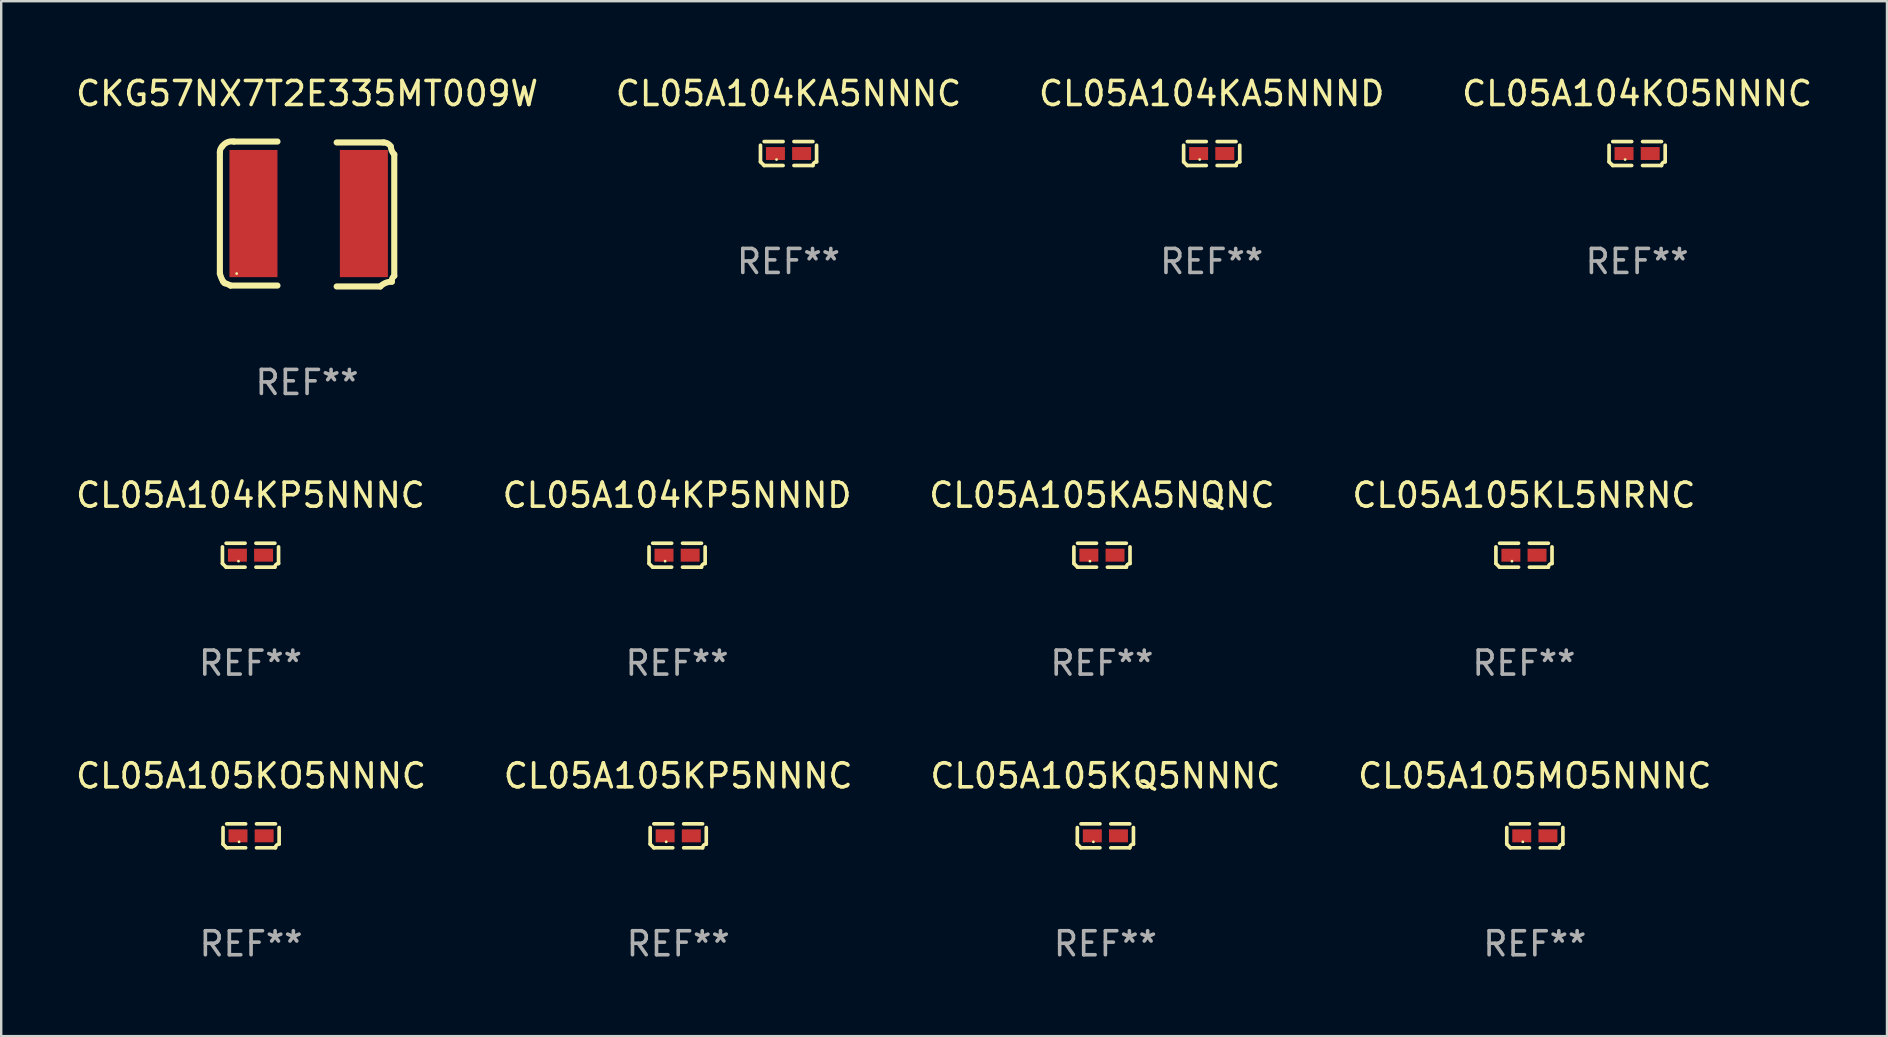
<source format=kicad_pcb>
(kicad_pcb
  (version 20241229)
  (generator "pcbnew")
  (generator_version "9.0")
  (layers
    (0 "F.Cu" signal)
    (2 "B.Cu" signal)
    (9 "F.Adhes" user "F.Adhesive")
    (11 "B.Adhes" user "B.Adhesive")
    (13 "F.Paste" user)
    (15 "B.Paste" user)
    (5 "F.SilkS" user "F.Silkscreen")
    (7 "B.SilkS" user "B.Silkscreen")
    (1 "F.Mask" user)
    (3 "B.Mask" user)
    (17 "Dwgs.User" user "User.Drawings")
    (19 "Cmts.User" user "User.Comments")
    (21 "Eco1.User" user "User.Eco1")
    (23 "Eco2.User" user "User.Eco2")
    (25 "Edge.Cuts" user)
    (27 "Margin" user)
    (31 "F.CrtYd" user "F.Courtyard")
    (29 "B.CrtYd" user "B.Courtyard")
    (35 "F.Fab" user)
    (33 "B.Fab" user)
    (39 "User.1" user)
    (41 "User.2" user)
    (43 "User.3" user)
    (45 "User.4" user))
  (footprint "CKG57NX7T2E335MT009W"
    (layer "F.Cu")
    (at 9.744 5.867)
    (property "Reference" "CKG57NX7T2E335MT009W" (at 0 -5.019 0) (layer "F.SilkS") (effects (font (size 1 1) (thickness 0.15))))
    (attr through_hole)
    (fp_line (start -3.633 -2.578) (end -3.633 2.481) (stroke (width 0.254) (type solid)) (layer "F.SilkS"))
    (fp_line (start -3.491 2.822) (end -3.433 2.881) (stroke (width 0.254) (type solid)) (layer "F.SilkS"))
    (fp_line (start -3.191 2.981) (end -1.233 2.981) (stroke (width 0.254) (type solid)) (layer "F.SilkS"))
    (fp_line (start -1.233 -3.019) (end -3.05 -3.019) (stroke (width 0.254) (type solid)) (layer "F.SilkS"))
    (fp_line (start 1.233 3.019) (end 3.05 3.019) (stroke (width 0.254) (type solid)) (layer "F.SilkS"))
    (fp_line (start 3.191 -2.981) (end 1.233 -2.981) (stroke (width 0.254) (type solid)) (layer "F.SilkS"))
    (fp_line (start 3.633 2.578) (end 3.633 -2.481) (stroke (width 0.254) (type solid)) (layer "F.SilkS"))
    (fp_arc (start -3.632842 -2.57775) (mid -3.606853 -2.708409) (end -3.532842 -2.819177) (stroke (width 0.254001) (type solid)) (layer "F.SilkS"))
    (fp_arc (start -3.532842 -2.819177) (mid -3.320312 -2.988943) (end -3.049987 -3.019177) (stroke (width 0.254001) (type solid)) (layer "F.SilkS"))
    (fp_arc (start -3.491414 2.82225) (mid -3.573857 2.656395) (end -3.632842 2.480823) (stroke (width 0.254001) (type solid)) (layer "F.SilkS"))
    (fp_arc (start -3.432842 2.880823) (mid -3.308693 2.922529) (end -3.191415 2.980823) (stroke (width 0.254001) (type solid)) (layer "F.SilkS"))
    (fp_arc (start 3.049987 3.019177) (mid 3.271523 2.871154) (end 3.532842 2.819177) (stroke (width 0.254001) (type solid)) (layer "F.SilkS"))
    (fp_arc (start 3.191415 -2.980823) (mid 3.322074 -2.954835) (end 3.432842 -2.880823) (stroke (width 0.254001) (type solid)) (layer "F.SilkS"))
    (fp_arc (start 3.532842 2.819177) (mid 3.547959 2.684014) (end 3.632842 2.577749) (stroke (width 0.254001) (type solid)) (layer "F.SilkS"))
    (fp_arc (start 3.632842 -2.480823) (mid 3.528172 -2.637471) (end 3.491415 -2.82225) (stroke (width 0.254001) (type solid)) (layer "F.SilkS"))
    (fp_circle (center -2.933 2.481) (end -2.903 2.481) (stroke (width 0.06) (type solid)) (fill no) (layer "F.SilkS"))
    (fp_text user "REF**" (at 0 7.019 0) (layer "F.Fab") (effects (font (size 1 1) (thickness 0.15))))
    (pad "1" smd rect (at -2.233 -0.019) (size 2 5.3) (layers "F.Cu" "F.Mask" "F.Paste"))
    (pad "2" smd rect (at 2.367 -0.019) (size 2 5.3) (layers "F.Cu" "F.Mask" "F.Paste")))
  (footprint "CL05A104KP5NNNC"
    (layer "F.Cu")
    (at 7.387 20.082)
    (property "Reference" "CL05A104KP5NNNC" (at 0 -2.499 0) (layer "F.SilkS") (effects (font (size 1 1) (thickness 0.15))))
    (attr through_hole)
    (fp_line (start -1.169 0.346) (end -1.169 -0.346) (stroke (width 0.152) (type solid)) (layer "F.SilkS"))
    (fp_line (start -1.016 -0.499) (end -0.226 -0.499) (stroke (width 0.152) (type solid)) (layer "F.SilkS"))
    (fp_line (start -0.226 0.499) (end -1.016 0.499) (stroke (width 0.152) (type solid)) (layer "F.SilkS"))
    (fp_line (start 0.226 0.499) (end 1.016 0.499) (stroke (width 0.152) (type solid)) (layer "F.SilkS"))
    (fp_line (start 1.016 -0.499) (end 0.226 -0.499) (stroke (width 0.152) (type solid)) (layer "F.SilkS"))
    (fp_line (start 1.169 0.346) (end 1.169 -0.346) (stroke (width 0.152) (type solid)) (layer "F.SilkS"))
    (fp_arc (start -1.016307 0.498603) (mid -1.092512 0.422405) (end -1.16871 0.3462) (stroke (width 0.1524) (type solid)) (layer "F.SilkS"))
    (fp_arc (start 1.016307 0.498603) (mid 1.060899 0.390758) (end 1.168707 0.346076) (stroke (width 0.1524) (type solid)) (layer "F.SilkS"))
    (fp_circle (center -0.5 0.25) (end -0.47 0.25) (stroke (width 0.06) (type solid)) (fill no) (layer "F.SilkS"))
    (fp_text user "REF**" (at 0 4.499 0) (layer "F.Fab") (effects (font (size 1 1) (thickness 0.15))))
    (pad "1" smd rect (at -0.545 0) (size 0.79 0.54) (layers "F.Cu" "F.Mask" "F.Paste"))
    (pad "2" smd rect (at 0.545 0) (size 0.79 0.54) (layers "F.Cu" "F.Mask" "F.Paste")))
  (footprint "CL05A105KL5NRNC"
    (layer "F.Cu")
    (at 60.446 20.082)
    (property "Reference" "CL05A105KL5NRNC" (at 0 -2.499 0) (layer "F.SilkS") (effects (font (size 1 1) (thickness 0.15))))
    (attr through_hole)
    (fp_line (start -1.169 0.346) (end -1.169 -0.346) (stroke (width 0.152) (type solid)) (layer "F.SilkS"))
    (fp_line (start -1.016 -0.499) (end -0.226 -0.499) (stroke (width 0.152) (type solid)) (layer "F.SilkS"))
    (fp_line (start -0.226 0.499) (end -1.016 0.499) (stroke (width 0.152) (type solid)) (layer "F.SilkS"))
    (fp_line (start 0.226 0.499) (end 1.016 0.499) (stroke (width 0.152) (type solid)) (layer "F.SilkS"))
    (fp_line (start 1.016 -0.499) (end 0.226 -0.499) (stroke (width 0.152) (type solid)) (layer "F.SilkS"))
    (fp_line (start 1.169 0.346) (end 1.169 -0.346) (stroke (width 0.152) (type solid)) (layer "F.SilkS"))
    (fp_arc (start -1.016307 0.498603) (mid -1.092512 0.422405) (end -1.16871 0.3462) (stroke (width 0.1524) (type solid)) (layer "F.SilkS"))
    (fp_arc (start 1.016307 0.498603) (mid 1.060899 0.390758) (end 1.168707 0.346076) (stroke (width 0.1524) (type solid)) (layer "F.SilkS"))
    (fp_circle (center -0.5 0.25) (end -0.47 0.25) (stroke (width 0.06) (type solid)) (fill no) (layer "F.SilkS"))
    (fp_text user "REF**" (at 0 4.499 0) (layer "F.Fab") (effects (font (size 1 1) (thickness 0.15))))
    (pad "1" smd rect (at -0.545 0) (size 0.79 0.54) (layers "F.Cu" "F.Mask" "F.Paste"))
    (pad "2" smd rect (at 0.545 0) (size 0.79 0.54) (layers "F.Cu" "F.Mask" "F.Paste")))
  (footprint "CL05A104KP5NNND"
    (layer "F.Cu")
    (at 25.161 20.082)
    (property "Reference" "CL05A104KP5NNND" (at 0 -2.499 0) (layer "F.SilkS") (effects (font (size 1 1) (thickness 0.15))))
    (attr through_hole)
    (fp_line (start -1.169 0.346) (end -1.169 -0.346) (stroke (width 0.152) (type solid)) (layer "F.SilkS"))
    (fp_line (start -1.016 -0.499) (end -0.226 -0.499) (stroke (width 0.152) (type solid)) (layer "F.SilkS"))
    (fp_line (start -0.226 0.499) (end -1.016 0.499) (stroke (width 0.152) (type solid)) (layer "F.SilkS"))
    (fp_line (start 0.226 0.499) (end 1.016 0.499) (stroke (width 0.152) (type solid)) (layer "F.SilkS"))
    (fp_line (start 1.016 -0.499) (end 0.226 -0.499) (stroke (width 0.152) (type solid)) (layer "F.SilkS"))
    (fp_line (start 1.169 0.346) (end 1.169 -0.346) (stroke (width 0.152) (type solid)) (layer "F.SilkS"))
    (fp_arc (start -1.016307 0.498603) (mid -1.092512 0.422405) (end -1.16871 0.3462) (stroke (width 0.1524) (type solid)) (layer "F.SilkS"))
    (fp_arc (start 1.016307 0.498603) (mid 1.060899 0.390758) (end 1.168707 0.346076) (stroke (width 0.1524) (type solid)) (layer "F.SilkS"))
    (fp_circle (center -0.5 0.25) (end -0.47 0.25) (stroke (width 0.06) (type solid)) (fill no) (layer "F.SilkS"))
    (fp_text user "REF**" (at 0 4.499 0) (layer "F.Fab") (effects (font (size 1 1) (thickness 0.15))))
    (pad "1" smd rect (at -0.545 0) (size 0.79 0.54) (layers "F.Cu" "F.Mask" "F.Paste"))
    (pad "2" smd rect (at 0.545 0) (size 0.79 0.54) (layers "F.Cu" "F.Mask" "F.Paste")))
  (footprint "CL05A104KA5NNND"
    (layer "F.Cu")
    (at 47.435 3.347)
    (property "Reference" "CL05A104KA5NNND" (at 0 -2.499 0) (layer "F.SilkS") (effects (font (size 1 1) (thickness 0.15))))
    (attr through_hole)
    (fp_line (start -1.169 0.346) (end -1.169 -0.346) (stroke (width 0.152) (type solid)) (layer "F.SilkS"))
    (fp_line (start -1.016 -0.499) (end -0.226 -0.499) (stroke (width 0.152) (type solid)) (layer "F.SilkS"))
    (fp_line (start -0.226 0.499) (end -1.016 0.499) (stroke (width 0.152) (type solid)) (layer "F.SilkS"))
    (fp_line (start 0.226 0.499) (end 1.016 0.499) (stroke (width 0.152) (type solid)) (layer "F.SilkS"))
    (fp_line (start 1.016 -0.499) (end 0.226 -0.499) (stroke (width 0.152) (type solid)) (layer "F.SilkS"))
    (fp_line (start 1.169 0.346) (end 1.169 -0.346) (stroke (width 0.152) (type solid)) (layer "F.SilkS"))
    (fp_arc (start -1.016307 0.498603) (mid -1.092512 0.422405) (end -1.16871 0.3462) (stroke (width 0.1524) (type solid)) (layer "F.SilkS"))
    (fp_arc (start 1.016307 0.498603) (mid 1.060899 0.390758) (end 1.168707 0.346076) (stroke (width 0.1524) (type solid)) (layer "F.SilkS"))
    (fp_circle (center -0.5 0.25) (end -0.47 0.25) (stroke (width 0.06) (type solid)) (fill no) (layer "F.SilkS"))
    (fp_text user "REF**" (at 0 4.499 0) (layer "F.Fab") (effects (font (size 1 1) (thickness 0.15))))
    (pad "1" smd rect (at -0.545 0) (size 0.79 0.54) (layers "F.Cu" "F.Mask" "F.Paste"))
    (pad "2" smd rect (at 0.545 0) (size 0.79 0.54) (layers "F.Cu" "F.Mask" "F.Paste")))
  (footprint "CL05A105KP5NNNC"
    (layer "F.Cu")
    (at 25.208 31.775)
    (property "Reference" "CL05A105KP5NNNC" (at 0 -2.499 0) (layer "F.SilkS") (effects (font (size 1 1) (thickness 0.15))))
    (attr through_hole)
    (fp_line (start -1.169 0.346) (end -1.169 -0.346) (stroke (width 0.152) (type solid)) (layer "F.SilkS"))
    (fp_line (start -1.016 -0.499) (end -0.226 -0.499) (stroke (width 0.152) (type solid)) (layer "F.SilkS"))
    (fp_line (start -0.226 0.499) (end -1.016 0.499) (stroke (width 0.152) (type solid)) (layer "F.SilkS"))
    (fp_line (start 0.226 0.499) (end 1.016 0.499) (stroke (width 0.152) (type solid)) (layer "F.SilkS"))
    (fp_line (start 1.016 -0.499) (end 0.226 -0.499) (stroke (width 0.152) (type solid)) (layer "F.SilkS"))
    (fp_line (start 1.169 0.346) (end 1.169 -0.346) (stroke (width 0.152) (type solid)) (layer "F.SilkS"))
    (fp_arc (start -1.016307 0.498603) (mid -1.092512 0.422405) (end -1.16871 0.3462) (stroke (width 0.1524) (type solid)) (layer "F.SilkS"))
    (fp_arc (start 1.016307 0.498603) (mid 1.060899 0.390758) (end 1.168707 0.346076) (stroke (width 0.1524) (type solid)) (layer "F.SilkS"))
    (fp_circle (center -0.5 0.25) (end -0.47 0.25) (stroke (width 0.06) (type solid)) (fill no) (layer "F.SilkS"))
    (fp_text user "REF**" (at 0 4.499 0) (layer "F.Fab") (effects (font (size 1 1) (thickness 0.15))))
    (pad "1" smd rect (at -0.545 0) (size 0.79 0.54) (layers "F.Cu" "F.Mask" "F.Paste"))
    (pad "2" smd rect (at 0.545 0) (size 0.79 0.54) (layers "F.Cu" "F.Mask" "F.Paste")))
  (footprint "CL05A105MO5NNNC"
    (layer "F.Cu")
    (at 60.899 31.775)
    (property "Reference" "CL05A105MO5NNNC" (at 0 -2.499 0) (layer "F.SilkS") (effects (font (size 1 1) (thickness 0.15))))
    (attr through_hole)
    (fp_line (start -1.169 0.346) (end -1.169 -0.346) (stroke (width 0.152) (type solid)) (layer "F.SilkS"))
    (fp_line (start -1.016 -0.499) (end -0.226 -0.499) (stroke (width 0.152) (type solid)) (layer "F.SilkS"))
    (fp_line (start -0.226 0.499) (end -1.016 0.499) (stroke (width 0.152) (type solid)) (layer "F.SilkS"))
    (fp_line (start 0.226 0.499) (end 1.016 0.499) (stroke (width 0.152) (type solid)) (layer "F.SilkS"))
    (fp_line (start 1.016 -0.499) (end 0.226 -0.499) (stroke (width 0.152) (type solid)) (layer "F.SilkS"))
    (fp_line (start 1.169 0.346) (end 1.169 -0.346) (stroke (width 0.152) (type solid)) (layer "F.SilkS"))
    (fp_arc (start -1.016307 0.498603) (mid -1.092512 0.422405) (end -1.16871 0.3462) (stroke (width 0.1524) (type solid)) (layer "F.SilkS"))
    (fp_arc (start 1.016307 0.498603) (mid 1.060899 0.390758) (end 1.168707 0.346076) (stroke (width 0.1524) (type solid)) (layer "F.SilkS"))
    (fp_circle (center -0.5 0.25) (end -0.47 0.25) (stroke (width 0.06) (type solid)) (fill no) (layer "F.SilkS"))
    (fp_text user "REF**" (at 0 4.499 0) (layer "F.Fab") (effects (font (size 1 1) (thickness 0.15))))
    (pad "1" smd rect (at -0.545 0) (size 0.79 0.54) (layers "F.Cu" "F.Mask" "F.Paste"))
    (pad "2" smd rect (at 0.545 0) (size 0.79 0.54) (layers "F.Cu" "F.Mask" "F.Paste")))
  (footprint "CL05A104KO5NNNC"
    (layer "F.Cu")
    (at 65.161 3.347)
    (property "Reference" "CL05A104KO5NNNC" (at 0 -2.499 0) (layer "F.SilkS") (effects (font (size 1 1) (thickness 0.15))))
    (attr through_hole)
    (fp_line (start -1.169 0.346) (end -1.169 -0.346) (stroke (width 0.152) (type solid)) (layer "F.SilkS"))
    (fp_line (start -1.016 -0.499) (end -0.226 -0.499) (stroke (width 0.152) (type solid)) (layer "F.SilkS"))
    (fp_line (start -0.226 0.499) (end -1.016 0.499) (stroke (width 0.152) (type solid)) (layer "F.SilkS"))
    (fp_line (start 0.226 0.499) (end 1.016 0.499) (stroke (width 0.152) (type solid)) (layer "F.SilkS"))
    (fp_line (start 1.016 -0.499) (end 0.226 -0.499) (stroke (width 0.152) (type solid)) (layer "F.SilkS"))
    (fp_line (start 1.169 0.346) (end 1.169 -0.346) (stroke (width 0.152) (type solid)) (layer "F.SilkS"))
    (fp_arc (start -1.016307 0.498603) (mid -1.092512 0.422405) (end -1.16871 0.3462) (stroke (width 0.1524) (type solid)) (layer "F.SilkS"))
    (fp_arc (start 1.016307 0.498603) (mid 1.060899 0.390758) (end 1.168707 0.346076) (stroke (width 0.1524) (type solid)) (layer "F.SilkS"))
    (fp_circle (center -0.5 0.25) (end -0.47 0.25) (stroke (width 0.06) (type solid)) (fill no) (layer "F.SilkS"))
    (fp_text user "REF**" (at 0 4.499 0) (layer "F.Fab") (effects (font (size 1 1) (thickness 0.15))))
    (pad "1" smd rect (at -0.545 0) (size 0.79 0.54) (layers "F.Cu" "F.Mask" "F.Paste"))
    (pad "2" smd rect (at 0.545 0) (size 0.79 0.54) (layers "F.Cu" "F.Mask" "F.Paste")))
  (footprint "CL05A105KQ5NNNC"
    (layer "F.Cu")
    (at 43.006 31.775)
    (property "Reference" "CL05A105KQ5NNNC" (at 0 -2.499 0) (layer "F.SilkS") (effects (font (size 1 1) (thickness 0.15))))
    (attr through_hole)
    (fp_line (start -1.169 0.346) (end -1.169 -0.346) (stroke (width 0.152) (type solid)) (layer "F.SilkS"))
    (fp_line (start -1.016 -0.499) (end -0.226 -0.499) (stroke (width 0.152) (type solid)) (layer "F.SilkS"))
    (fp_line (start -0.226 0.499) (end -1.016 0.499) (stroke (width 0.152) (type solid)) (layer "F.SilkS"))
    (fp_line (start 0.226 0.499) (end 1.016 0.499) (stroke (width 0.152) (type solid)) (layer "F.SilkS"))
    (fp_line (start 1.016 -0.499) (end 0.226 -0.499) (stroke (width 0.152) (type solid)) (layer "F.SilkS"))
    (fp_line (start 1.169 0.346) (end 1.169 -0.346) (stroke (width 0.152) (type solid)) (layer "F.SilkS"))
    (fp_arc (start -1.016307 0.498603) (mid -1.092512 0.422405) (end -1.16871 0.3462) (stroke (width 0.1524) (type solid)) (layer "F.SilkS"))
    (fp_arc (start 1.016307 0.498603) (mid 1.060899 0.390758) (end 1.168707 0.346076) (stroke (width 0.1524) (type solid)) (layer "F.SilkS"))
    (fp_circle (center -0.5 0.25) (end -0.47 0.25) (stroke (width 0.06) (type solid)) (fill no) (layer "F.SilkS"))
    (fp_text user "REF**" (at 0 4.499 0) (layer "F.Fab") (effects (font (size 1 1) (thickness 0.15))))
    (pad "1" smd rect (at -0.545 0) (size 0.79 0.54) (layers "F.Cu" "F.Mask" "F.Paste"))
    (pad "2" smd rect (at 0.545 0) (size 0.79 0.54) (layers "F.Cu" "F.Mask" "F.Paste")))
  (footprint "CL05A105KA5NQNC"
    (layer "F.Cu")
    (at 42.863 20.082)
    (property "Reference" "CL05A105KA5NQNC" (at 0 -2.499 0) (layer "F.SilkS") (effects (font (size 1 1) (thickness 0.15))))
    (attr through_hole)
    (fp_line (start -1.169 0.346) (end -1.169 -0.346) (stroke (width 0.152) (type solid)) (layer "F.SilkS"))
    (fp_line (start -1.016 -0.499) (end -0.226 -0.499) (stroke (width 0.152) (type solid)) (layer "F.SilkS"))
    (fp_line (start -0.226 0.499) (end -1.016 0.499) (stroke (width 0.152) (type solid)) (layer "F.SilkS"))
    (fp_line (start 0.226 0.499) (end 1.016 0.499) (stroke (width 0.152) (type solid)) (layer "F.SilkS"))
    (fp_line (start 1.016 -0.499) (end 0.226 -0.499) (stroke (width 0.152) (type solid)) (layer "F.SilkS"))
    (fp_line (start 1.169 0.346) (end 1.169 -0.346) (stroke (width 0.152) (type solid)) (layer "F.SilkS"))
    (fp_arc (start -1.016307 0.498603) (mid -1.092512 0.422405) (end -1.16871 0.3462) (stroke (width 0.1524) (type solid)) (layer "F.SilkS"))
    (fp_arc (start 1.016307 0.498603) (mid 1.060899 0.390758) (end 1.168707 0.346076) (stroke (width 0.1524) (type solid)) (layer "F.SilkS"))
    (fp_circle (center -0.5 0.25) (end -0.47 0.25) (stroke (width 0.06) (type solid)) (fill no) (layer "F.SilkS"))
    (fp_text user "REF**" (at 0 4.499 0) (layer "F.Fab") (effects (font (size 1 1) (thickness 0.15))))
    (pad "1" smd rect (at -0.545 0) (size 0.79 0.54) (layers "F.Cu" "F.Mask" "F.Paste"))
    (pad "2" smd rect (at 0.545 0) (size 0.79 0.54) (layers "F.Cu" "F.Mask" "F.Paste")))
  (footprint "CL05A104KA5NNNC"
    (layer "F.Cu")
    (at 29.804 3.347)
    (property "Reference" "CL05A104KA5NNNC" (at 0 -2.499 0) (layer "F.SilkS") (effects (font (size 1 1) (thickness 0.15))))
    (attr through_hole)
    (fp_line (start -1.169 0.346) (end -1.169 -0.346) (stroke (width 0.152) (type solid)) (layer "F.SilkS"))
    (fp_line (start -1.016 -0.499) (end -0.226 -0.499) (stroke (width 0.152) (type solid)) (layer "F.SilkS"))
    (fp_line (start -0.226 0.499) (end -1.016 0.499) (stroke (width 0.152) (type solid)) (layer "F.SilkS"))
    (fp_line (start 0.226 0.499) (end 1.016 0.499) (stroke (width 0.152) (type solid)) (layer "F.SilkS"))
    (fp_line (start 1.016 -0.499) (end 0.226 -0.499) (stroke (width 0.152) (type solid)) (layer "F.SilkS"))
    (fp_line (start 1.169 0.346) (end 1.169 -0.346) (stroke (width 0.152) (type solid)) (layer "F.SilkS"))
    (fp_arc (start -1.016307 0.498603) (mid -1.092512 0.422405) (end -1.16871 0.3462) (stroke (width 0.1524) (type solid)) (layer "F.SilkS"))
    (fp_arc (start 1.016307 0.498603) (mid 1.060899 0.390758) (end 1.168707 0.346076) (stroke (width 0.1524) (type solid)) (layer "F.SilkS"))
    (fp_circle (center -0.5 0.25) (end -0.47 0.25) (stroke (width 0.06) (type solid)) (fill no) (layer "F.SilkS"))
    (fp_text user "REF**" (at 0 4.499 0) (layer "F.Fab") (effects (font (size 1 1) (thickness 0.15))))
    (pad "1" smd rect (at -0.545 0) (size 0.79 0.54) (layers "F.Cu" "F.Mask" "F.Paste"))
    (pad "2" smd rect (at 0.545 0) (size 0.79 0.54) (layers "F.Cu" "F.Mask" "F.Paste")))
  (footprint "CL05A105KO5NNNC"
    (layer "F.Cu")
    (at 7.411 31.775)
    (property "Reference" "CL05A105KO5NNNC" (at 0 -2.499 0) (layer "F.SilkS") (effects (font (size 1 1) (thickness 0.15))))
    (attr through_hole)
    (fp_line (start -1.169 0.346) (end -1.169 -0.346) (stroke (width 0.152) (type solid)) (layer "F.SilkS"))
    (fp_line (start -1.016 -0.499) (end -0.226 -0.499) (stroke (width 0.152) (type solid)) (layer "F.SilkS"))
    (fp_line (start -0.226 0.499) (end -1.016 0.499) (stroke (width 0.152) (type solid)) (layer "F.SilkS"))
    (fp_line (start 0.226 0.499) (end 1.016 0.499) (stroke (width 0.152) (type solid)) (layer "F.SilkS"))
    (fp_line (start 1.016 -0.499) (end 0.226 -0.499) (stroke (width 0.152) (type solid)) (layer "F.SilkS"))
    (fp_line (start 1.169 0.346) (end 1.169 -0.346) (stroke (width 0.152) (type solid)) (layer "F.SilkS"))
    (fp_arc (start -1.016307 0.498603) (mid -1.092512 0.422405) (end -1.16871 0.3462) (stroke (width 0.1524) (type solid)) (layer "F.SilkS"))
    (fp_arc (start 1.016307 0.498603) (mid 1.060899 0.390758) (end 1.168707 0.346076) (stroke (width 0.1524) (type solid)) (layer "F.SilkS"))
    (fp_circle (center -0.5 0.25) (end -0.47 0.25) (stroke (width 0.06) (type solid)) (fill no) (layer "F.SilkS"))
    (fp_text user "REF**" (at 0 4.499 0) (layer "F.Fab") (effects (font (size 1 1) (thickness 0.15))))
    (pad "1" smd rect (at -0.545 0) (size 0.79 0.54) (layers "F.Cu" "F.Mask" "F.Paste"))
    (pad "2" smd rect (at 0.545 0) (size 0.79 0.54) (layers "F.Cu" "F.Mask" "F.Paste")))
  (gr_rect
    (start -3 -3)
    (end 75.571 40.122)
    (stroke (width 0.1) (type default))
    (fill no)
    (layer "Edge.Cuts")))
</source>
